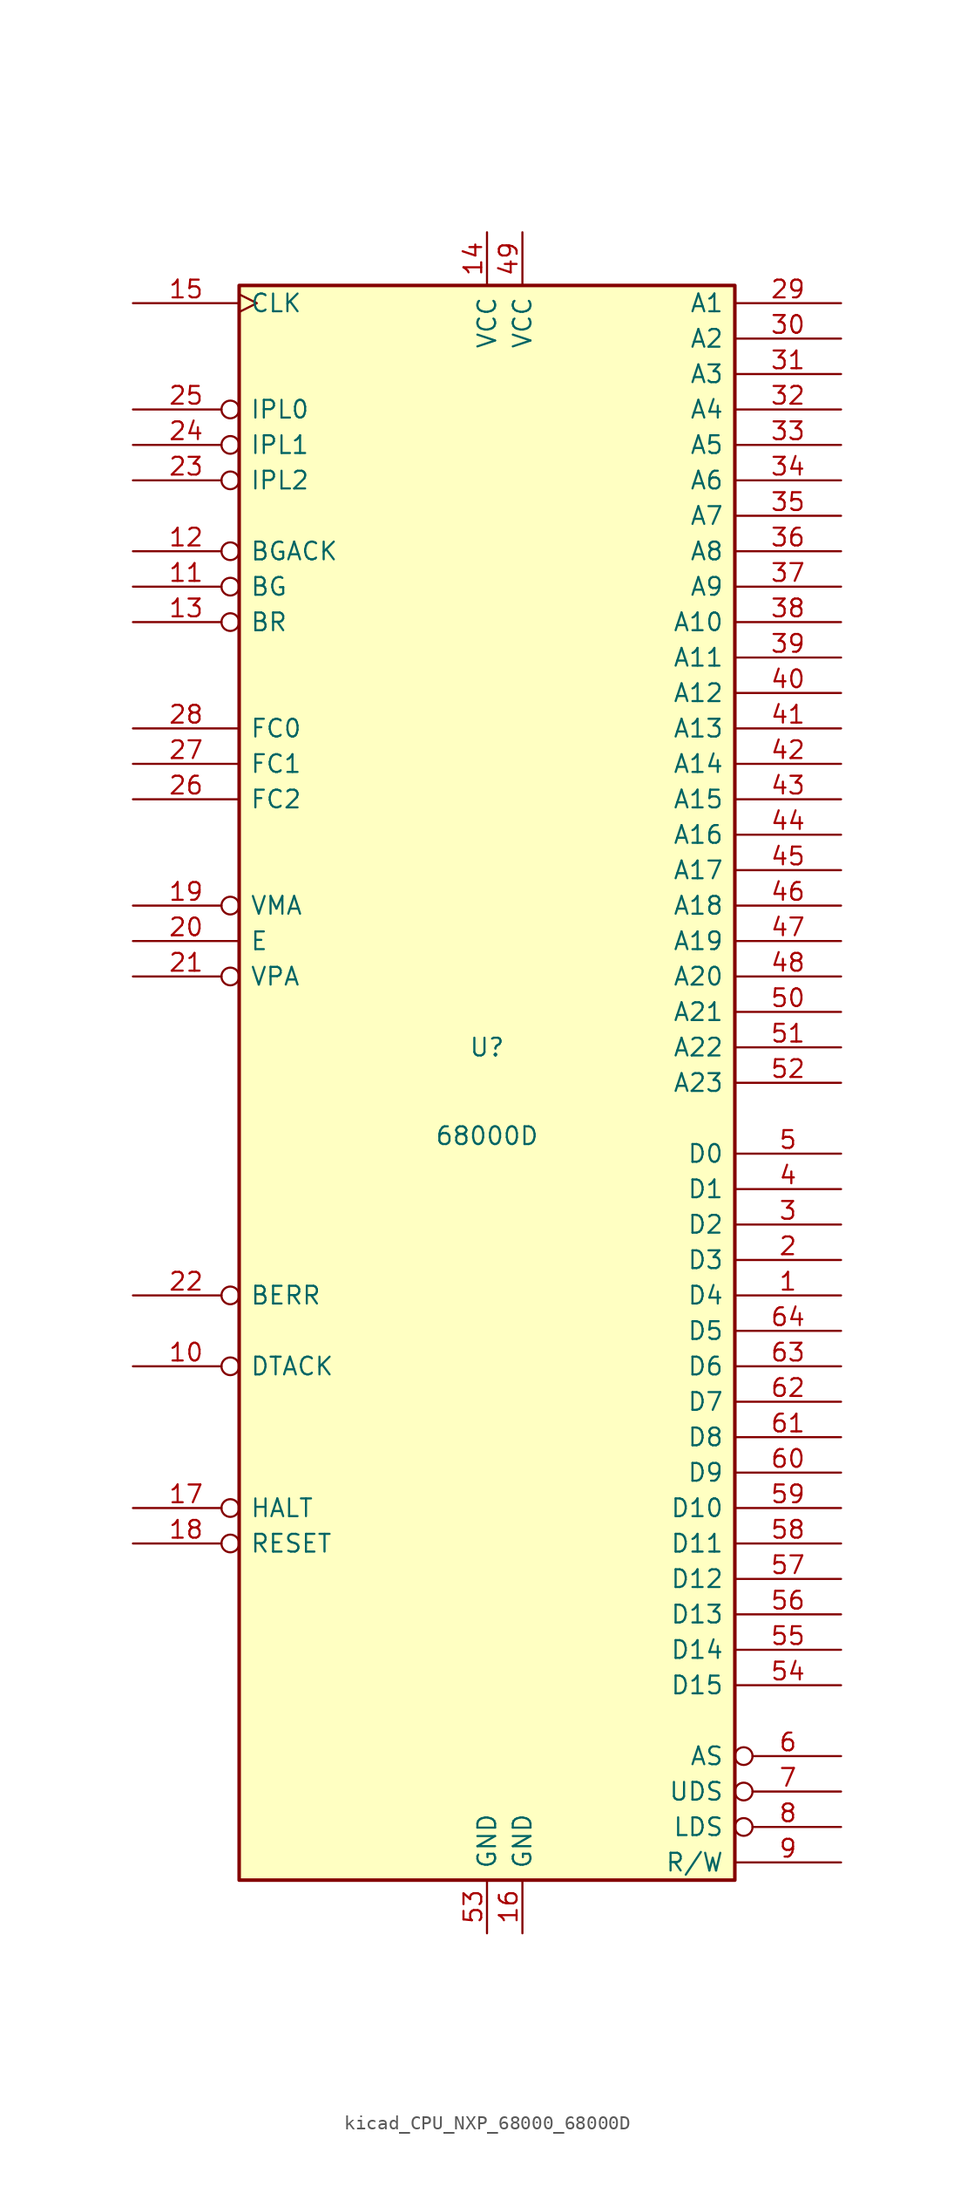
<source format=kicad_sym>
(kicad_symbol_lib
  (version 20220914)
  (generator kicad_symbol_editor)
  (symbol "kicad_CPU_NXP_68000_68000D"
    (pin_names
      (offset 0.762))
    (property "Reference" "U"
      (at 0 2.54 0)
      (effects (font (size 1.27 1.27))))
    (property "Value" "68000D"
      (at 0 -3.81 0)
      (effects (font (size 1.27 1.27))))
    (symbol "kicad_CPU_NXP_68000_68000D_0_1"
      (rectangle (start -17.78 57.15) (end 17.78 -57.15) (stroke (width 0.254) (type default)) (fill (type background))))
    (symbol "kicad_CPU_NXP_68000_68000D_1_1"
      (pin bidirectional line (at 25.4 -15.24 180) (length 7.62) (name "D4" (effects (font (size 1.27 1.27)))) (number "1" (effects (font (size 1.27 1.27)))))
      (pin input inverted (at -25.4 -20.32 0) (length 7.62) (name "DTACK" (effects (font (size 1.27 1.27)))) (number "10" (effects (font (size 1.27 1.27)))))
      (pin output inverted (at -25.4 35.56 0) (length 7.62) (name "BG" (effects (font (size 1.27 1.27)))) (number "11" (effects (font (size 1.27 1.27)))))
      (pin input inverted (at -25.4 38.1 0) (length 7.62) (name "BGACK" (effects (font (size 1.27 1.27)))) (number "12" (effects (font (size 1.27 1.27)))))
      (pin input inverted (at -25.4 33.02 0) (length 7.62) (name "BR" (effects (font (size 1.27 1.27)))) (number "13" (effects (font (size 1.27 1.27)))))
      (pin power_in line (at 0 60.96 270) (length 3.81) (name "VCC" (effects (font (size 1.27 1.27)))) (number "14" (effects (font (size 1.27 1.27)))))
      (pin input clock (at -25.4 55.88 0) (length 7.62) (name "CLK" (effects (font (size 1.27 1.27)))) (number "15" (effects (font (size 1.27 1.27)))))
      (pin power_in line (at 2.54 -60.96 90) (length 3.81) (name "GND" (effects (font (size 1.27 1.27)))) (number "16" (effects (font (size 1.27 1.27)))))
      (pin bidirectional inverted (at -25.4 -30.48 0) (length 7.62) (name "HALT" (effects (font (size 1.27 1.27)))) (number "17" (effects (font (size 1.27 1.27)))))
      (pin bidirectional inverted (at -25.4 -33.02 0) (length 7.62) (name "RESET" (effects (font (size 1.27 1.27)))) (number "18" (effects (font (size 1.27 1.27)))))
      (pin output inverted (at -25.4 12.7 0) (length 7.62) (name "VMA" (effects (font (size 1.27 1.27)))) (number "19" (effects (font (size 1.27 1.27)))))
      (pin bidirectional line (at 25.4 -12.7 180) (length 7.62) (name "D3" (effects (font (size 1.27 1.27)))) (number "2" (effects (font (size 1.27 1.27)))))
      (pin output line (at -25.4 10.16 0) (length 7.62) (name "E" (effects (font (size 1.27 1.27)))) (number "20" (effects (font (size 1.27 1.27)))))
      (pin input inverted (at -25.4 7.62 0) (length 7.62) (name "VPA" (effects (font (size 1.27 1.27)))) (number "21" (effects (font (size 1.27 1.27)))))
      (pin input inverted (at -25.4 -15.24 0) (length 7.62) (name "BERR" (effects (font (size 1.27 1.27)))) (number "22" (effects (font (size 1.27 1.27)))))
      (pin input inverted (at -25.4 43.18 0) (length 7.62) (name "IPL2" (effects (font (size 1.27 1.27)))) (number "23" (effects (font (size 1.27 1.27)))))
      (pin input inverted (at -25.4 45.72 0) (length 7.62) (name "IPL1" (effects (font (size 1.27 1.27)))) (number "24" (effects (font (size 1.27 1.27)))))
      (pin input inverted (at -25.4 48.26 0) (length 7.62) (name "IPL0" (effects (font (size 1.27 1.27)))) (number "25" (effects (font (size 1.27 1.27)))))
      (pin output line (at -25.4 20.32 0) (length 7.62) (name "FC2" (effects (font (size 1.27 1.27)))) (number "26" (effects (font (size 1.27 1.27)))))
      (pin output line (at -25.4 22.86 0) (length 7.62) (name "FC1" (effects (font (size 1.27 1.27)))) (number "27" (effects (font (size 1.27 1.27)))))
      (pin output line (at -25.4 25.4 0) (length 7.62) (name "FC0" (effects (font (size 1.27 1.27)))) (number "28" (effects (font (size 1.27 1.27)))))
      (pin output line (at 25.4 55.88 180) (length 7.62) (name "A1" (effects (font (size 1.27 1.27)))) (number "29" (effects (font (size 1.27 1.27)))))
      (pin bidirectional line (at 25.4 -10.16 180) (length 7.62) (name "D2" (effects (font (size 1.27 1.27)))) (number "3" (effects (font (size 1.27 1.27)))))
      (pin output line (at 25.4 53.34 180) (length 7.62) (name "A2" (effects (font (size 1.27 1.27)))) (number "30" (effects (font (size 1.27 1.27)))))
      (pin output line (at 25.4 50.8 180) (length 7.62) (name "A3" (effects (font (size 1.27 1.27)))) (number "31" (effects (font (size 1.27 1.27)))))
      (pin output line (at 25.4 48.26 180) (length 7.62) (name "A4" (effects (font (size 1.27 1.27)))) (number "32" (effects (font (size 1.27 1.27)))))
      (pin output line (at 25.4 45.72 180) (length 7.62) (name "A5" (effects (font (size 1.27 1.27)))) (number "33" (effects (font (size 1.27 1.27)))))
      (pin output line (at 25.4 43.18 180) (length 7.62) (name "A6" (effects (font (size 1.27 1.27)))) (number "34" (effects (font (size 1.27 1.27)))))
      (pin output line (at 25.4 40.64 180) (length 7.62) (name "A7" (effects (font (size 1.27 1.27)))) (number "35" (effects (font (size 1.27 1.27)))))
      (pin output line (at 25.4 38.1 180) (length 7.62) (name "A8" (effects (font (size 1.27 1.27)))) (number "36" (effects (font (size 1.27 1.27)))))
      (pin output line (at 25.4 35.56 180) (length 7.62) (name "A9" (effects (font (size 1.27 1.27)))) (number "37" (effects (font (size 1.27 1.27)))))
      (pin output line (at 25.4 33.02 180) (length 7.62) (name "A10" (effects (font (size 1.27 1.27)))) (number "38" (effects (font (size 1.27 1.27)))))
      (pin output line (at 25.4 30.48 180) (length 7.62) (name "A11" (effects (font (size 1.27 1.27)))) (number "39" (effects (font (size 1.27 1.27)))))
      (pin bidirectional line (at 25.4 -7.62 180) (length 7.62) (name "D1" (effects (font (size 1.27 1.27)))) (number "4" (effects (font (size 1.27 1.27)))))
      (pin output line (at 25.4 27.94 180) (length 7.62) (name "A12" (effects (font (size 1.27 1.27)))) (number "40" (effects (font (size 1.27 1.27)))))
      (pin output line (at 25.4 25.4 180) (length 7.62) (name "A13" (effects (font (size 1.27 1.27)))) (number "41" (effects (font (size 1.27 1.27)))))
      (pin output line (at 25.4 22.86 180) (length 7.62) (name "A14" (effects (font (size 1.27 1.27)))) (number "42" (effects (font (size 1.27 1.27)))))
      (pin output line (at 25.4 20.32 180) (length 7.62) (name "A15" (effects (font (size 1.27 1.27)))) (number "43" (effects (font (size 1.27 1.27)))))
      (pin output line (at 25.4 17.78 180) (length 7.62) (name "A16" (effects (font (size 1.27 1.27)))) (number "44" (effects (font (size 1.27 1.27)))))
      (pin output line (at 25.4 15.24 180) (length 7.62) (name "A17" (effects (font (size 1.27 1.27)))) (number "45" (effects (font (size 1.27 1.27)))))
      (pin output line (at 25.4 12.7 180) (length 7.62) (name "A18" (effects (font (size 1.27 1.27)))) (number "46" (effects (font (size 1.27 1.27)))))
      (pin output line (at 25.4 10.16 180) (length 7.62) (name "A19" (effects (font (size 1.27 1.27)))) (number "47" (effects (font (size 1.27 1.27)))))
      (pin output line (at 25.4 7.62 180) (length 7.62) (name "A20" (effects (font (size 1.27 1.27)))) (number "48" (effects (font (size 1.27 1.27)))))
      (pin power_in line (at 2.54 60.96 270) (length 3.81) (name "VCC" (effects (font (size 1.27 1.27)))) (number "49" (effects (font (size 1.27 1.27)))))
      (pin bidirectional line (at 25.4 -5.08 180) (length 7.62) (name "D0" (effects (font (size 1.27 1.27)))) (number "5" (effects (font (size 1.27 1.27)))))
      (pin output line (at 25.4 5.08 180) (length 7.62) (name "A21" (effects (font (size 1.27 1.27)))) (number "50" (effects (font (size 1.27 1.27)))))
      (pin output line (at 25.4 2.54 180) (length 7.62) (name "A22" (effects (font (size 1.27 1.27)))) (number "51" (effects (font (size 1.27 1.27)))))
      (pin output line (at 25.4 0 180) (length 7.62) (name "A23" (effects (font (size 1.27 1.27)))) (number "52" (effects (font (size 1.27 1.27)))))
      (pin power_in line (at 0 -60.96 90) (length 3.81) (name "GND" (effects (font (size 1.27 1.27)))) (number "53" (effects (font (size 1.27 1.27)))))
      (pin bidirectional line (at 25.4 -43.18 180) (length 7.62) (name "D15" (effects (font (size 1.27 1.27)))) (number "54" (effects (font (size 1.27 1.27)))))
      (pin bidirectional line (at 25.4 -40.64 180) (length 7.62) (name "D14" (effects (font (size 1.27 1.27)))) (number "55" (effects (font (size 1.27 1.27)))))
      (pin bidirectional line (at 25.4 -38.1 180) (length 7.62) (name "D13" (effects (font (size 1.27 1.27)))) (number "56" (effects (font (size 1.27 1.27)))))
      (pin bidirectional line (at 25.4 -35.56 180) (length 7.62) (name "D12" (effects (font (size 1.27 1.27)))) (number "57" (effects (font (size 1.27 1.27)))))
      (pin bidirectional line (at 25.4 -33.02 180) (length 7.62) (name "D11" (effects (font (size 1.27 1.27)))) (number "58" (effects (font (size 1.27 1.27)))))
      (pin bidirectional line (at 25.4 -30.48 180) (length 7.62) (name "D10" (effects (font (size 1.27 1.27)))) (number "59" (effects (font (size 1.27 1.27)))))
      (pin output inverted (at 25.4 -48.26 180) (length 7.62) (name "AS" (effects (font (size 1.27 1.27)))) (number "6" (effects (font (size 1.27 1.27)))))
      (pin bidirectional line (at 25.4 -27.94 180) (length 7.62) (name "D9" (effects (font (size 1.27 1.27)))) (number "60" (effects (font (size 1.27 1.27)))))
      (pin bidirectional line (at 25.4 -25.4 180) (length 7.62) (name "D8" (effects (font (size 1.27 1.27)))) (number "61" (effects (font (size 1.27 1.27)))))
      (pin bidirectional line (at 25.4 -22.86 180) (length 7.62) (name "D7" (effects (font (size 1.27 1.27)))) (number "62" (effects (font (size 1.27 1.27)))))
      (pin bidirectional line (at 25.4 -20.32 180) (length 7.62) (name "D6" (effects (font (size 1.27 1.27)))) (number "63" (effects (font (size 1.27 1.27)))))
      (pin bidirectional line (at 25.4 -17.78 180) (length 7.62) (name "D5" (effects (font (size 1.27 1.27)))) (number "64" (effects (font (size 1.27 1.27)))))
      (pin output inverted (at 25.4 -50.8 180) (length 7.62) (name "UDS" (effects (font (size 1.27 1.27)))) (number "7" (effects (font (size 1.27 1.27)))))
      (pin output inverted (at 25.4 -53.34 180) (length 7.62) (name "LDS" (effects (font (size 1.27 1.27)))) (number "8" (effects (font (size 1.27 1.27)))))
      (pin output line (at 25.4 -55.88 180) (length 7.62) (name "R/W" (effects (font (size 1.27 1.27)))) (number "9" (effects (font (size 1.27 1.27))))))))
</source>
